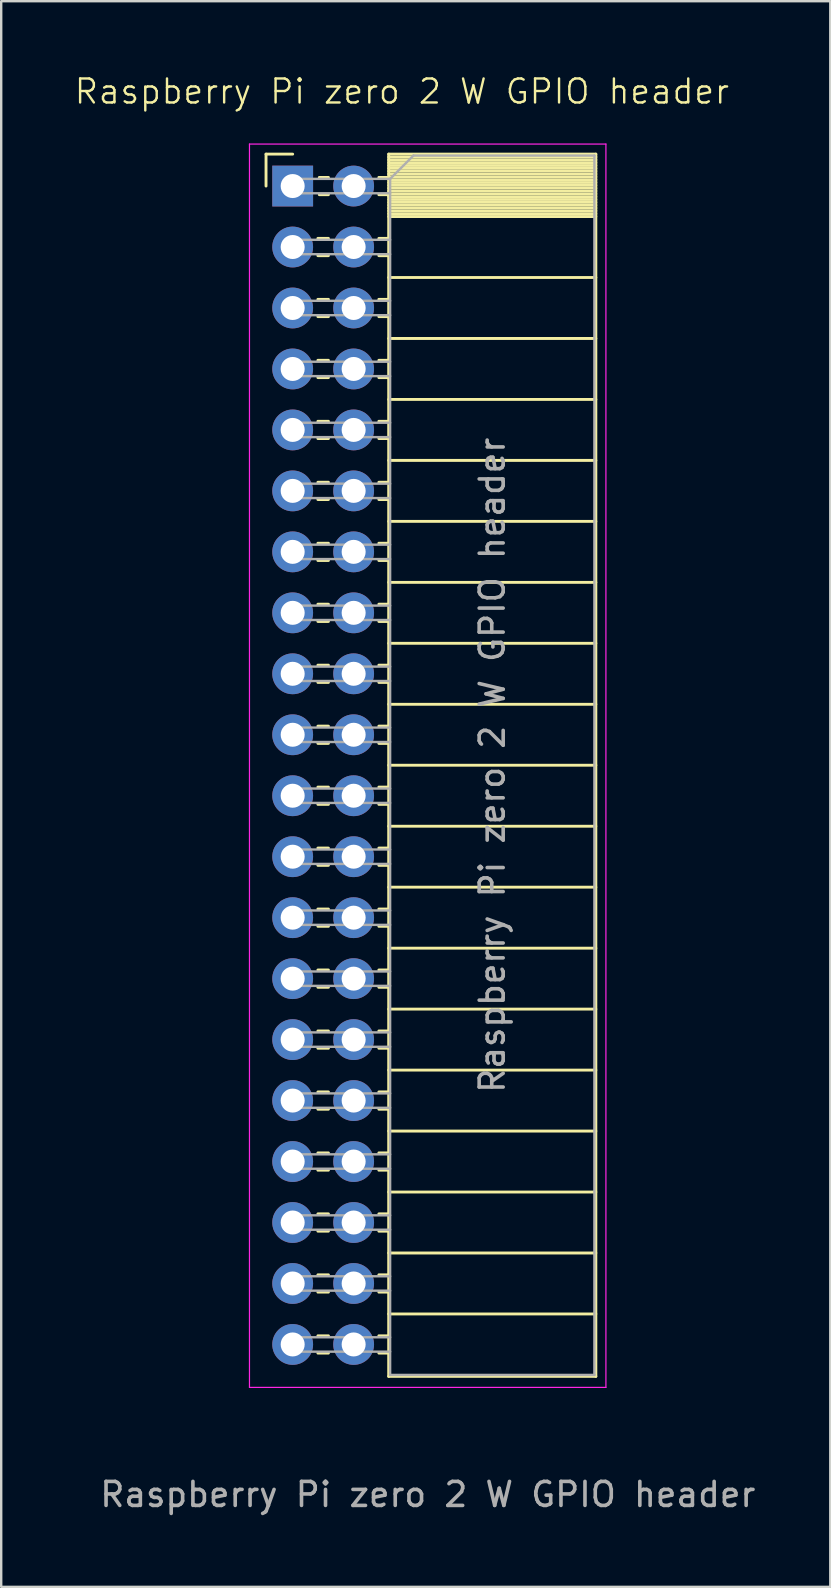
<source format=kicad_pcb>
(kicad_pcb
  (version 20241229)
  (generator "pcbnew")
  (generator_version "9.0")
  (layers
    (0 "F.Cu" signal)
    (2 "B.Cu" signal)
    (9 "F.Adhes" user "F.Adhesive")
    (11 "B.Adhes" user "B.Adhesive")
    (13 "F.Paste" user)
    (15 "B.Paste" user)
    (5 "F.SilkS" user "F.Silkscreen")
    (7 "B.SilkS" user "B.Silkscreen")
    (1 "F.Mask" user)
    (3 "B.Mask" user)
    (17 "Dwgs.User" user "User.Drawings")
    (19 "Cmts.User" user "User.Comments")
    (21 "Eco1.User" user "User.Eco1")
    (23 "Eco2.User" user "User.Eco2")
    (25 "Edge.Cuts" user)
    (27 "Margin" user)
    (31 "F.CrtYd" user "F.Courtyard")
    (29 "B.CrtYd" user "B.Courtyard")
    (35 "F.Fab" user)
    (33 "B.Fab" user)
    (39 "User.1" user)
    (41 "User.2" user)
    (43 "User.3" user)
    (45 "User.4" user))
  (footprint "Raspberry Pi zero 2 W GPIO header"
    (layer "F.Cu")
    (at 14.203 32.761)
    (property "Reference" "Raspberry Pi zero 2 W GPIO header" (at -0.51 -32 0) (unlocked yes) (layer "F.SilkS") (effects (font (size 1 1) (thickness 0.1))))
    (attr through_hole)
    (fp_line (start -6.17 -29.39) (end -6.17 -28.06) (stroke (width 0.12) (type solid)) (layer "F.SilkS"))
    (fp_line (start -5.06 -29.39) (end -6.17 -29.39) (stroke (width 0.12) (type solid)) (layer "F.SilkS"))
    (fp_line (start -3.57 -28.42) (end -3.95 -28.42) (stroke (width 0.12) (type solid)) (layer "F.SilkS"))
    (fp_line (start -3.57 -27.7) (end -3.95 -27.7) (stroke (width 0.12) (type solid)) (layer "F.SilkS"))
    (fp_line (start -3.57 -25.88) (end -4.01 -25.88) (stroke (width 0.12) (type solid)) (layer "F.SilkS"))
    (fp_line (start -3.57 -25.16) (end -4.01 -25.16) (stroke (width 0.12) (type solid)) (layer "F.SilkS"))
    (fp_line (start -3.57 -23.34) (end -4.01 -23.34) (stroke (width 0.12) (type solid)) (layer "F.SilkS"))
    (fp_line (start -3.57 -22.62) (end -4.01 -22.62) (stroke (width 0.12) (type solid)) (layer "F.SilkS"))
    (fp_line (start -3.57 -20.8) (end -4.01 -20.8) (stroke (width 0.12) (type solid)) (layer "F.SilkS"))
    (fp_line (start -3.57 -20.08) (end -4.01 -20.08) (stroke (width 0.12) (type solid)) (layer "F.SilkS"))
    (fp_line (start -3.57 -18.26) (end -4.01 -18.26) (stroke (width 0.12) (type solid)) (layer "F.SilkS"))
    (fp_line (start -3.57 -17.54) (end -4.01 -17.54) (stroke (width 0.12) (type solid)) (layer "F.SilkS"))
    (fp_line (start -3.57 -15.72) (end -4.01 -15.72) (stroke (width 0.12) (type solid)) (layer "F.SilkS"))
    (fp_line (start -3.57 -15) (end -4.01 -15) (stroke (width 0.12) (type solid)) (layer "F.SilkS"))
    (fp_line (start -3.57 -13.18) (end -4.01 -13.18) (stroke (width 0.12) (type solid)) (layer "F.SilkS"))
    (fp_line (start -3.57 -12.46) (end -4.01 -12.46) (stroke (width 0.12) (type solid)) (layer "F.SilkS"))
    (fp_line (start -3.57 -10.64) (end -4.01 -10.64) (stroke (width 0.12) (type solid)) (layer "F.SilkS"))
    (fp_line (start -3.57 -9.92) (end -4.01 -9.92) (stroke (width 0.12) (type solid)) (layer "F.SilkS"))
    (fp_line (start -3.57 -8.1) (end -4.01 -8.1) (stroke (width 0.12) (type solid)) (layer "F.SilkS"))
    (fp_line (start -3.57 -7.38) (end -4.01 -7.38) (stroke (width 0.12) (type solid)) (layer "F.SilkS"))
    (fp_line (start -3.57 -5.56) (end -4.01 -5.56) (stroke (width 0.12) (type solid)) (layer "F.SilkS"))
    (fp_line (start -3.57 -4.84) (end -4.01 -4.84) (stroke (width 0.12) (type solid)) (layer "F.SilkS"))
    (fp_line (start -3.57 -3.02) (end -4.01 -3.02) (stroke (width 0.12) (type solid)) (layer "F.SilkS"))
    (fp_line (start -3.57 -2.3) (end -4.01 -2.3) (stroke (width 0.12) (type solid)) (layer "F.SilkS"))
    (fp_line (start -3.57 -0.48) (end -4.01 -0.48) (stroke (width 0.12) (type solid)) (layer "F.SilkS"))
    (fp_line (start -3.57 0.24) (end -4.01 0.24) (stroke (width 0.12) (type solid)) (layer "F.SilkS"))
    (fp_line (start -3.57 2.06) (end -4.01 2.06) (stroke (width 0.12) (type solid)) (layer "F.SilkS"))
    (fp_line (start -3.57 2.78) (end -4.01 2.78) (stroke (width 0.12) (type solid)) (layer "F.SilkS"))
    (fp_line (start -3.57 4.6) (end -4.01 4.6) (stroke (width 0.12) (type solid)) (layer "F.SilkS"))
    (fp_line (start -3.57 5.32) (end -4.01 5.32) (stroke (width 0.12) (type solid)) (layer "F.SilkS"))
    (fp_line (start -3.57 7.14) (end -4.01 7.14) (stroke (width 0.12) (type solid)) (layer "F.SilkS"))
    (fp_line (start -3.57 7.86) (end -4.01 7.86) (stroke (width 0.12) (type solid)) (layer "F.SilkS"))
    (fp_line (start -3.57 9.68) (end -4.01 9.68) (stroke (width 0.12) (type solid)) (layer "F.SilkS"))
    (fp_line (start -3.57 10.4) (end -4.01 10.4) (stroke (width 0.12) (type solid)) (layer "F.SilkS"))
    (fp_line (start -3.57 12.22) (end -4.01 12.22) (stroke (width 0.12) (type solid)) (layer "F.SilkS"))
    (fp_line (start -3.57 12.94) (end -4.01 12.94) (stroke (width 0.12) (type solid)) (layer "F.SilkS"))
    (fp_line (start -3.57 14.76) (end -4.01 14.76) (stroke (width 0.12) (type solid)) (layer "F.SilkS"))
    (fp_line (start -3.57 15.48) (end -4.01 15.48) (stroke (width 0.12) (type solid)) (layer "F.SilkS"))
    (fp_line (start -3.57 17.3) (end -4.01 17.3) (stroke (width 0.12) (type solid)) (layer "F.SilkS"))
    (fp_line (start -3.57 18.02) (end -4.01 18.02) (stroke (width 0.12) (type solid)) (layer "F.SilkS"))
    (fp_line (start -3.57 19.84) (end -4.01 19.84) (stroke (width 0.12) (type solid)) (layer "F.SilkS"))
    (fp_line (start -3.57 20.56) (end -4.01 20.56) (stroke (width 0.12) (type solid)) (layer "F.SilkS"))
    (fp_line (start -1.06 -29.39) (end -1.06 21.53) (stroke (width 0.12) (type solid)) (layer "F.SilkS"))
    (fp_line (start -1.06 -28.42) (end -1.47 -28.42) (stroke (width 0.12) (type solid)) (layer "F.SilkS"))
    (fp_line (start -1.06 -27.7) (end -1.47 -27.7) (stroke (width 0.12) (type solid)) (layer "F.SilkS"))
    (fp_line (start -1.06 -25.88) (end -1.47 -25.88) (stroke (width 0.12) (type solid)) (layer "F.SilkS"))
    (fp_line (start -1.06 -25.16) (end -1.47 -25.16) (stroke (width 0.12) (type solid)) (layer "F.SilkS"))
    (fp_line (start -1.06 -23.34) (end -1.47 -23.34) (stroke (width 0.12) (type solid)) (layer "F.SilkS"))
    (fp_line (start -1.06 -22.62) (end -1.47 -22.62) (stroke (width 0.12) (type solid)) (layer "F.SilkS"))
    (fp_line (start -1.06 -20.8) (end -1.47 -20.8) (stroke (width 0.12) (type solid)) (layer "F.SilkS"))
    (fp_line (start -1.06 -20.08) (end -1.47 -20.08) (stroke (width 0.12) (type solid)) (layer "F.SilkS"))
    (fp_line (start -1.06 -18.26) (end -1.47 -18.26) (stroke (width 0.12) (type solid)) (layer "F.SilkS"))
    (fp_line (start -1.06 -17.54) (end -1.47 -17.54) (stroke (width 0.12) (type solid)) (layer "F.SilkS"))
    (fp_line (start -1.06 -15.72) (end -1.47 -15.72) (stroke (width 0.12) (type solid)) (layer "F.SilkS"))
    (fp_line (start -1.06 -15) (end -1.47 -15) (stroke (width 0.12) (type solid)) (layer "F.SilkS"))
    (fp_line (start -1.06 -13.18) (end -1.47 -13.18) (stroke (width 0.12) (type solid)) (layer "F.SilkS"))
    (fp_line (start -1.06 -12.46) (end -1.47 -12.46) (stroke (width 0.12) (type solid)) (layer "F.SilkS"))
    (fp_line (start -1.06 -10.64) (end -1.47 -10.64) (stroke (width 0.12) (type solid)) (layer "F.SilkS"))
    (fp_line (start -1.06 -9.92) (end -1.47 -9.92) (stroke (width 0.12) (type solid)) (layer "F.SilkS"))
    (fp_line (start -1.06 -8.1) (end -1.47 -8.1) (stroke (width 0.12) (type solid)) (layer "F.SilkS"))
    (fp_line (start -1.06 -7.38) (end -1.47 -7.38) (stroke (width 0.12) (type solid)) (layer "F.SilkS"))
    (fp_line (start -1.06 -5.56) (end -1.47 -5.56) (stroke (width 0.12) (type solid)) (layer "F.SilkS"))
    (fp_line (start -1.06 -4.84) (end -1.47 -4.84) (stroke (width 0.12) (type solid)) (layer "F.SilkS"))
    (fp_line (start -1.06 -3.02) (end -1.47 -3.02) (stroke (width 0.12) (type solid)) (layer "F.SilkS"))
    (fp_line (start -1.06 -2.3) (end -1.47 -2.3) (stroke (width 0.12) (type solid)) (layer "F.SilkS"))
    (fp_line (start -1.06 -0.48) (end -1.47 -0.48) (stroke (width 0.12) (type solid)) (layer "F.SilkS"))
    (fp_line (start -1.06 0.24) (end -1.47 0.24) (stroke (width 0.12) (type solid)) (layer "F.SilkS"))
    (fp_line (start -1.06 2.06) (end -1.47 2.06) (stroke (width 0.12) (type solid)) (layer "F.SilkS"))
    (fp_line (start -1.06 2.78) (end -1.47 2.78) (stroke (width 0.12) (type solid)) (layer "F.SilkS"))
    (fp_line (start -1.06 4.6) (end -1.47 4.6) (stroke (width 0.12) (type solid)) (layer "F.SilkS"))
    (fp_line (start -1.06 5.32) (end -1.47 5.32) (stroke (width 0.12) (type solid)) (layer "F.SilkS"))
    (fp_line (start -1.06 7.14) (end -1.47 7.14) (stroke (width 0.12) (type solid)) (layer "F.SilkS"))
    (fp_line (start -1.06 7.86) (end -1.47 7.86) (stroke (width 0.12) (type solid)) (layer "F.SilkS"))
    (fp_line (start -1.06 9.68) (end -1.47 9.68) (stroke (width 0.12) (type solid)) (layer "F.SilkS"))
    (fp_line (start -1.06 10.4) (end -1.47 10.4) (stroke (width 0.12) (type solid)) (layer "F.SilkS"))
    (fp_line (start -1.06 12.22) (end -1.47 12.22) (stroke (width 0.12) (type solid)) (layer "F.SilkS"))
    (fp_line (start -1.06 12.94) (end -1.47 12.94) (stroke (width 0.12) (type solid)) (layer "F.SilkS"))
    (fp_line (start -1.06 14.76) (end -1.47 14.76) (stroke (width 0.12) (type solid)) (layer "F.SilkS"))
    (fp_line (start -1.06 15.48) (end -1.47 15.48) (stroke (width 0.12) (type solid)) (layer "F.SilkS"))
    (fp_line (start -1.06 17.3) (end -1.47 17.3) (stroke (width 0.12) (type solid)) (layer "F.SilkS"))
    (fp_line (start -1.06 18.02) (end -1.47 18.02) (stroke (width 0.12) (type solid)) (layer "F.SilkS"))
    (fp_line (start -1.06 19.84) (end -1.47 19.84) (stroke (width 0.12) (type solid)) (layer "F.SilkS"))
    (fp_line (start -1.06 20.56) (end -1.47 20.56) (stroke (width 0.12) (type solid)) (layer "F.SilkS"))
    (fp_line (start 7.57 -29.39) (end -1.06 -29.39) (stroke (width 0.12) (type solid)) (layer "F.SilkS"))
    (fp_line (start 7.57 -29.39) (end 7.57 21.53) (stroke (width 0.12) (type solid)) (layer "F.SilkS"))
    (fp_line (start 7.57 -29.27) (end -1.06 -29.27) (stroke (width 0.12) (type solid)) (layer "F.SilkS"))
    (fp_line (start 7.57 -29.152) (end -1.06 -29.152) (stroke (width 0.12) (type solid)) (layer "F.SilkS"))
    (fp_line (start 7.57 -29.034) (end -1.06 -29.034) (stroke (width 0.12) (type solid)) (layer "F.SilkS"))
    (fp_line (start 7.57 -28.916) (end -1.06 -28.916) (stroke (width 0.12) (type solid)) (layer "F.SilkS"))
    (fp_line (start 7.57 -28.798) (end -1.06 -28.798) (stroke (width 0.12) (type solid)) (layer "F.SilkS"))
    (fp_line (start 7.57 -28.68) (end -1.06 -28.68) (stroke (width 0.12) (type solid)) (layer "F.SilkS"))
    (fp_line (start 7.57 -28.561) (end -1.06 -28.561) (stroke (width 0.12) (type solid)) (layer "F.SilkS"))
    (fp_line (start 7.57 -28.443) (end -1.06 -28.443) (stroke (width 0.12) (type solid)) (layer "F.SilkS"))
    (fp_line (start 7.57 -28.325) (end -1.06 -28.325) (stroke (width 0.12) (type solid)) (layer "F.SilkS"))
    (fp_line (start 7.57 -28.207) (end -1.06 -28.207) (stroke (width 0.12) (type solid)) (layer "F.SilkS"))
    (fp_line (start 7.57 -28.089) (end -1.06 -28.089) (stroke (width 0.12) (type solid)) (layer "F.SilkS"))
    (fp_line (start 7.57 -27.971) (end -1.06 -27.971) (stroke (width 0.12) (type solid)) (layer "F.SilkS"))
    (fp_line (start 7.57 -27.853) (end -1.06 -27.853) (stroke (width 0.12) (type solid)) (layer "F.SilkS"))
    (fp_line (start 7.57 -27.735) (end -1.06 -27.735) (stroke (width 0.12) (type solid)) (layer "F.SilkS"))
    (fp_line (start 7.57 -27.617) (end -1.06 -27.617) (stroke (width 0.12) (type solid)) (layer "F.SilkS"))
    (fp_line (start 7.57 -27.499) (end -1.06 -27.499) (stroke (width 0.12) (type solid)) (layer "F.SilkS"))
    (fp_line (start 7.57 -27.38) (end -1.06 -27.38) (stroke (width 0.12) (type solid)) (layer "F.SilkS"))
    (fp_line (start 7.57 -27.262) (end -1.06 -27.262) (stroke (width 0.12) (type solid)) (layer "F.SilkS"))
    (fp_line (start 7.57 -27.144) (end -1.06 -27.144) (stroke (width 0.12) (type solid)) (layer "F.SilkS"))
    (fp_line (start 7.57 -27.026) (end -1.06 -27.026) (stroke (width 0.12) (type solid)) (layer "F.SilkS"))
    (fp_line (start 7.57 -26.908) (end -1.06 -26.908) (stroke (width 0.12) (type solid)) (layer "F.SilkS"))
    (fp_line (start 7.57 -26.79) (end -1.06 -26.79) (stroke (width 0.12) (type solid)) (layer "F.SilkS"))
    (fp_line (start 7.57 -24.25) (end -1.06 -24.25) (stroke (width 0.12) (type solid)) (layer "F.SilkS"))
    (fp_line (start 7.57 -21.71) (end -1.06 -21.71) (stroke (width 0.12) (type solid)) (layer "F.SilkS"))
    (fp_line (start 7.57 -19.17) (end -1.06 -19.17) (stroke (width 0.12) (type solid)) (layer "F.SilkS"))
    (fp_line (start 7.57 -16.63) (end -1.06 -16.63) (stroke (width 0.12) (type solid)) (layer "F.SilkS"))
    (fp_line (start 7.57 -14.09) (end -1.06 -14.09) (stroke (width 0.12) (type solid)) (layer "F.SilkS"))
    (fp_line (start 7.57 -11.55) (end -1.06 -11.55) (stroke (width 0.12) (type solid)) (layer "F.SilkS"))
    (fp_line (start 7.57 -9.01) (end -1.06 -9.01) (stroke (width 0.12) (type solid)) (layer "F.SilkS"))
    (fp_line (start 7.57 -6.47) (end -1.06 -6.47) (stroke (width 0.12) (type solid)) (layer "F.SilkS"))
    (fp_line (start 7.57 -3.93) (end -1.06 -3.93) (stroke (width 0.12) (type solid)) (layer "F.SilkS"))
    (fp_line (start 7.57 -1.39) (end -1.06 -1.39) (stroke (width 0.12) (type solid)) (layer "F.SilkS"))
    (fp_line (start 7.57 1.15) (end -1.06 1.15) (stroke (width 0.12) (type solid)) (layer "F.SilkS"))
    (fp_line (start 7.57 3.69) (end -1.06 3.69) (stroke (width 0.12) (type solid)) (layer "F.SilkS"))
    (fp_line (start 7.57 6.23) (end -1.06 6.23) (stroke (width 0.12) (type solid)) (layer "F.SilkS"))
    (fp_line (start 7.57 8.77) (end -1.06 8.77) (stroke (width 0.12) (type solid)) (layer "F.SilkS"))
    (fp_line (start 7.57 11.31) (end -1.06 11.31) (stroke (width 0.12) (type solid)) (layer "F.SilkS"))
    (fp_line (start 7.57 13.85) (end -1.06 13.85) (stroke (width 0.12) (type solid)) (layer "F.SilkS"))
    (fp_line (start 7.57 16.39) (end -1.06 16.39) (stroke (width 0.12) (type solid)) (layer "F.SilkS"))
    (fp_line (start 7.57 18.93) (end -1.06 18.93) (stroke (width 0.12) (type solid)) (layer "F.SilkS"))
    (fp_line (start 7.57 21.53) (end -1.06 21.53) (stroke (width 0.12) (type solid)) (layer "F.SilkS"))
    (fp_line (start -6.86 -29.81) (end 7.99 -29.81) (stroke (width 0.05) (type solid)) (layer "F.CrtYd"))
    (fp_line (start -6.86 21.99) (end -6.86 -29.81) (stroke (width 0.05) (type solid)) (layer "F.CrtYd"))
    (fp_line (start 7.99 -29.81) (end 7.99 21.99) (stroke (width 0.05) (type solid)) (layer "F.CrtYd"))
    (fp_line (start 7.99 21.99) (end -6.86 21.99) (stroke (width 0.05) (type solid)) (layer "F.CrtYd"))
    (fp_line (start -5.06 -28.36) (end -1 -28.36) (stroke (width 0.1) (type solid)) (layer "F.Fab"))
    (fp_line (start -5.06 -27.76) (end -5.06 -28.36) (stroke (width 0.1) (type solid)) (layer "F.Fab"))
    (fp_line (start -5.06 -25.82) (end -1 -25.82) (stroke (width 0.1) (type solid)) (layer "F.Fab"))
    (fp_line (start -5.06 -25.22) (end -5.06 -25.82) (stroke (width 0.1) (type solid)) (layer "F.Fab"))
    (fp_line (start -5.06 -23.28) (end -1 -23.28) (stroke (width 0.1) (type solid)) (layer "F.Fab"))
    (fp_line (start -5.06 -22.68) (end -5.06 -23.28) (stroke (width 0.1) (type solid)) (layer "F.Fab"))
    (fp_line (start -5.06 -20.74) (end -1 -20.74) (stroke (width 0.1) (type solid)) (layer "F.Fab"))
    (fp_line (start -5.06 -20.14) (end -5.06 -20.74) (stroke (width 0.1) (type solid)) (layer "F.Fab"))
    (fp_line (start -5.06 -18.2) (end -1 -18.2) (stroke (width 0.1) (type solid)) (layer "F.Fab"))
    (fp_line (start -5.06 -17.6) (end -5.06 -18.2) (stroke (width 0.1) (type solid)) (layer "F.Fab"))
    (fp_line (start -5.06 -15.66) (end -1 -15.66) (stroke (width 0.1) (type solid)) (layer "F.Fab"))
    (fp_line (start -5.06 -15.06) (end -5.06 -15.66) (stroke (width 0.1) (type solid)) (layer "F.Fab"))
    (fp_line (start -5.06 -13.12) (end -1 -13.12) (stroke (width 0.1) (type solid)) (layer "F.Fab"))
    (fp_line (start -5.06 -12.52) (end -5.06 -13.12) (stroke (width 0.1) (type solid)) (layer "F.Fab"))
    (fp_line (start -5.06 -10.58) (end -1 -10.58) (stroke (width 0.1) (type solid)) (layer "F.Fab"))
    (fp_line (start -5.06 -9.98) (end -5.06 -10.58) (stroke (width 0.1) (type solid)) (layer "F.Fab"))
    (fp_line (start -5.06 -8.04) (end -1 -8.04) (stroke (width 0.1) (type solid)) (layer "F.Fab"))
    (fp_line (start -5.06 -7.44) (end -5.06 -8.04) (stroke (width 0.1) (type solid)) (layer "F.Fab"))
    (fp_line (start -5.06 -5.5) (end -1 -5.5) (stroke (width 0.1) (type solid)) (layer "F.Fab"))
    (fp_line (start -5.06 -4.9) (end -5.06 -5.5) (stroke (width 0.1) (type solid)) (layer "F.Fab"))
    (fp_line (start -5.06 -2.96) (end -1 -2.96) (stroke (width 0.1) (type solid)) (layer "F.Fab"))
    (fp_line (start -5.06 -2.36) (end -5.06 -2.96) (stroke (width 0.1) (type solid)) (layer "F.Fab"))
    (fp_line (start -5.06 -0.42) (end -1 -0.42) (stroke (width 0.1) (type solid)) (layer "F.Fab"))
    (fp_line (start -5.06 0.18) (end -5.06 -0.42) (stroke (width 0.1) (type solid)) (layer "F.Fab"))
    (fp_line (start -5.06 2.12) (end -1 2.12) (stroke (width 0.1) (type solid)) (layer "F.Fab"))
    (fp_line (start -5.06 2.72) (end -5.06 2.12) (stroke (width 0.1) (type solid)) (layer "F.Fab"))
    (fp_line (start -5.06 4.66) (end -1 4.66) (stroke (width 0.1) (type solid)) (layer "F.Fab"))
    (fp_line (start -5.06 5.26) (end -5.06 4.66) (stroke (width 0.1) (type solid)) (layer "F.Fab"))
    (fp_line (start -5.06 7.2) (end -1 7.2) (stroke (width 0.1) (type solid)) (layer "F.Fab"))
    (fp_line (start -5.06 7.8) (end -5.06 7.2) (stroke (width 0.1) (type solid)) (layer "F.Fab"))
    (fp_line (start -5.06 9.74) (end -1 9.74) (stroke (width 0.1) (type solid)) (layer "F.Fab"))
    (fp_line (start -5.06 10.34) (end -5.06 9.74) (stroke (width 0.1) (type solid)) (layer "F.Fab"))
    (fp_line (start -5.06 12.28) (end -1 12.28) (stroke (width 0.1) (type solid)) (layer "F.Fab"))
    (fp_line (start -5.06 12.88) (end -5.06 12.28) (stroke (width 0.1) (type solid)) (layer "F.Fab"))
    (fp_line (start -5.06 14.82) (end -1 14.82) (stroke (width 0.1) (type solid)) (layer "F.Fab"))
    (fp_line (start -5.06 15.42) (end -5.06 14.82) (stroke (width 0.1) (type solid)) (layer "F.Fab"))
    (fp_line (start -5.06 17.36) (end -1 17.36) (stroke (width 0.1) (type solid)) (layer "F.Fab"))
    (fp_line (start -5.06 17.96) (end -5.06 17.36) (stroke (width 0.1) (type solid)) (layer "F.Fab"))
    (fp_line (start -5.06 19.9) (end -1 19.9) (stroke (width 0.1) (type solid)) (layer "F.Fab"))
    (fp_line (start -5.06 20.5) (end -5.06 19.9) (stroke (width 0.1) (type solid)) (layer "F.Fab"))
    (fp_line (start -1 -28.36) (end -1 21.47) (stroke (width 0.1) (type solid)) (layer "F.Fab"))
    (fp_line (start -1 -27.76) (end -5.06 -27.76) (stroke (width 0.1) (type solid)) (layer "F.Fab"))
    (fp_line (start -1 -25.22) (end -5.06 -25.22) (stroke (width 0.1) (type solid)) (layer "F.Fab"))
    (fp_line (start -1 -22.68) (end -5.06 -22.68) (stroke (width 0.1) (type solid)) (layer "F.Fab"))
    (fp_line (start -1 -20.14) (end -5.06 -20.14) (stroke (width 0.1) (type solid)) (layer "F.Fab"))
    (fp_line (start -1 -17.6) (end -5.06 -17.6) (stroke (width 0.1) (type solid)) (layer "F.Fab"))
    (fp_line (start -1 -15.06) (end -5.06 -15.06) (stroke (width 0.1) (type solid)) (layer "F.Fab"))
    (fp_line (start -1 -12.52) (end -5.06 -12.52) (stroke (width 0.1) (type solid)) (layer "F.Fab"))
    (fp_line (start -1 -9.98) (end -5.06 -9.98) (stroke (width 0.1) (type solid)) (layer "F.Fab"))
    (fp_line (start -1 -7.44) (end -5.06 -7.44) (stroke (width 0.1) (type solid)) (layer "F.Fab"))
    (fp_line (start -1 -4.9) (end -5.06 -4.9) (stroke (width 0.1) (type solid)) (layer "F.Fab"))
    (fp_line (start -1 -2.36) (end -5.06 -2.36) (stroke (width 0.1) (type solid)) (layer "F.Fab"))
    (fp_line (start -1 0.18) (end -5.06 0.18) (stroke (width 0.1) (type solid)) (layer "F.Fab"))
    (fp_line (start -1 2.72) (end -5.06 2.72) (stroke (width 0.1) (type solid)) (layer "F.Fab"))
    (fp_line (start -1 5.26) (end -5.06 5.26) (stroke (width 0.1) (type solid)) (layer "F.Fab"))
    (fp_line (start -1 7.8) (end -5.06 7.8) (stroke (width 0.1) (type solid)) (layer "F.Fab"))
    (fp_line (start -1 10.34) (end -5.06 10.34) (stroke (width 0.1) (type solid)) (layer "F.Fab"))
    (fp_line (start -1 12.88) (end -5.06 12.88) (stroke (width 0.1) (type solid)) (layer "F.Fab"))
    (fp_line (start -1 15.42) (end -5.06 15.42) (stroke (width 0.1) (type solid)) (layer "F.Fab"))
    (fp_line (start -1 17.96) (end -5.06 17.96) (stroke (width 0.1) (type solid)) (layer "F.Fab"))
    (fp_line (start -1 20.5) (end -5.06 20.5) (stroke (width 0.1) (type solid)) (layer "F.Fab"))
    (fp_line (start -1 21.47) (end 7.51 21.47) (stroke (width 0.1) (type solid)) (layer "F.Fab"))
    (fp_line (start -0.03 -29.33) (end -1 -28.36) (stroke (width 0.1) (type solid)) (layer "F.Fab"))
    (fp_line (start 7.51 -29.33) (end -0.03 -29.33) (stroke (width 0.1) (type solid)) (layer "F.Fab"))
    (fp_line (start 7.51 21.47) (end 7.51 -29.33) (stroke (width 0.1) (type solid)) (layer "F.Fab"))
    (fp_text user "${REFERENCE}" (at 0.57 26.45 0) (unlocked yes) (layer "F.Fab") (effects (font (size 1 1) (thickness 0.15))))
    (fp_text user "${REFERENCE}" (at 3.255 -3.93 90) (layer "F.Fab") (effects (font (size 1 1) (thickness 0.15))))
    (pad "1" thru_hole rect (at -5.06 -28.06) (size 1.7 1.7) (drill 1) (layers "*.Cu" "*.Mask"))
    (pad "2" thru_hole oval (at -2.52 -28.06) (size 1.7 1.7) (drill 1) (layers "*.Cu" "*.Mask"))
    (pad "3" thru_hole oval (at -5.06 -25.52) (size 1.7 1.7) (drill 1) (layers "*.Cu" "*.Mask"))
    (pad "4" thru_hole oval (at -2.52 -25.52) (size 1.7 1.7) (drill 1) (layers "*.Cu" "*.Mask"))
    (pad "5" thru_hole oval (at -5.06 -22.98) (size 1.7 1.7) (drill 1) (layers "*.Cu" "*.Mask"))
    (pad "6" thru_hole oval (at -2.52 -22.98) (size 1.7 1.7) (drill 1) (layers "*.Cu" "*.Mask"))
    (pad "7" thru_hole oval (at -5.06 -20.44) (size 1.7 1.7) (drill 1) (layers "*.Cu" "*.Mask"))
    (pad "8" thru_hole oval (at -2.52 -20.44) (size 1.7 1.7) (drill 1) (layers "*.Cu" "*.Mask"))
    (pad "9" thru_hole oval (at -5.06 -17.9) (size 1.7 1.7) (drill 1) (layers "*.Cu" "*.Mask"))
    (pad "10" thru_hole oval (at -2.52 -17.9) (size 1.7 1.7) (drill 1) (layers "*.Cu" "*.Mask"))
    (pad "11" thru_hole oval (at -5.06 -15.36) (size 1.7 1.7) (drill 1) (layers "*.Cu" "*.Mask"))
    (pad "12" thru_hole oval (at -2.52 -15.36) (size 1.7 1.7) (drill 1) (layers "*.Cu" "*.Mask"))
    (pad "13" thru_hole oval (at -5.06 -12.82) (size 1.7 1.7) (drill 1) (layers "*.Cu" "*.Mask"))
    (pad "14" thru_hole oval (at -2.52 -12.82) (size 1.7 1.7) (drill 1) (layers "*.Cu" "*.Mask"))
    (pad "15" thru_hole oval (at -5.06 -10.28) (size 1.7 1.7) (drill 1) (layers "*.Cu" "*.Mask"))
    (pad "16" thru_hole oval (at -2.52 -10.28) (size 1.7 1.7) (drill 1) (layers "*.Cu" "*.Mask"))
    (pad "17" thru_hole oval (at -5.06 -7.74) (size 1.7 1.7) (drill 1) (layers "*.Cu" "*.Mask"))
    (pad "18" thru_hole oval (at -2.52 -7.74) (size 1.7 1.7) (drill 1) (layers "*.Cu" "*.Mask"))
    (pad "19" thru_hole oval (at -5.06 -5.2) (size 1.7 1.7) (drill 1) (layers "*.Cu" "*.Mask"))
    (pad "20" thru_hole oval (at -2.52 -5.2) (size 1.7 1.7) (drill 1) (layers "*.Cu" "*.Mask"))
    (pad "21" thru_hole oval (at -5.06 -2.66) (size 1.7 1.7) (drill 1) (layers "*.Cu" "*.Mask"))
    (pad "22" thru_hole oval (at -2.52 -2.66) (size 1.7 1.7) (drill 1) (layers "*.Cu" "*.Mask"))
    (pad "23" thru_hole oval (at -5.06 -0.12) (size 1.7 1.7) (drill 1) (layers "*.Cu" "*.Mask"))
    (pad "24" thru_hole oval (at -2.52 -0.12) (size 1.7 1.7) (drill 1) (layers "*.Cu" "*.Mask"))
    (pad "25" thru_hole oval (at -5.06 2.42) (size 1.7 1.7) (drill 1) (layers "*.Cu" "*.Mask"))
    (pad "26" thru_hole oval (at -2.52 2.42) (size 1.7 1.7) (drill 1) (layers "*.Cu" "*.Mask"))
    (pad "27" thru_hole oval (at -5.06 4.96) (size 1.7 1.7) (drill 1) (layers "*.Cu" "*.Mask"))
    (pad "28" thru_hole oval (at -2.52 4.96) (size 1.7 1.7) (drill 1) (layers "*.Cu" "*.Mask"))
    (pad "29" thru_hole oval (at -5.06 7.5) (size 1.7 1.7) (drill 1) (layers "*.Cu" "*.Mask"))
    (pad "30" thru_hole oval (at -2.52 7.5) (size 1.7 1.7) (drill 1) (layers "*.Cu" "*.Mask"))
    (pad "31" thru_hole oval (at -5.06 10.04) (size 1.7 1.7) (drill 1) (layers "*.Cu" "*.Mask"))
    (pad "32" thru_hole oval (at -2.52 10.04) (size 1.7 1.7) (drill 1) (layers "*.Cu" "*.Mask"))
    (pad "33" thru_hole oval (at -5.06 12.58) (size 1.7 1.7) (drill 1) (layers "*.Cu" "*.Mask"))
    (pad "34" thru_hole oval (at -2.52 12.58) (size 1.7 1.7) (drill 1) (layers "*.Cu" "*.Mask"))
    (pad "35" thru_hole oval (at -5.06 15.12) (size 1.7 1.7) (drill 1) (layers "*.Cu" "*.Mask"))
    (pad "36" thru_hole oval (at -2.52 15.12) (size 1.7 1.7) (drill 1) (layers "*.Cu" "*.Mask"))
    (pad "37" thru_hole oval (at -5.06 17.66) (size 1.7 1.7) (drill 1) (layers "*.Cu" "*.Mask"))
    (pad "38" thru_hole oval (at -2.52 17.66) (size 1.7 1.7) (drill 1) (layers "*.Cu" "*.Mask"))
    (pad "39" thru_hole oval (at -5.06 20.2) (size 1.7 1.7) (drill 1) (layers "*.Cu" "*.Mask"))
    (pad "40" thru_hole oval (at -2.52 20.2) (size 1.7 1.7) (drill 1) (layers "*.Cu" "*.Mask")))
  (gr_rect
    (start -3 -3)
    (end 31.541 63.059)
    (stroke (width 0.1) (type default))
    (fill no)
    (layer "Edge.Cuts")))
</source>
